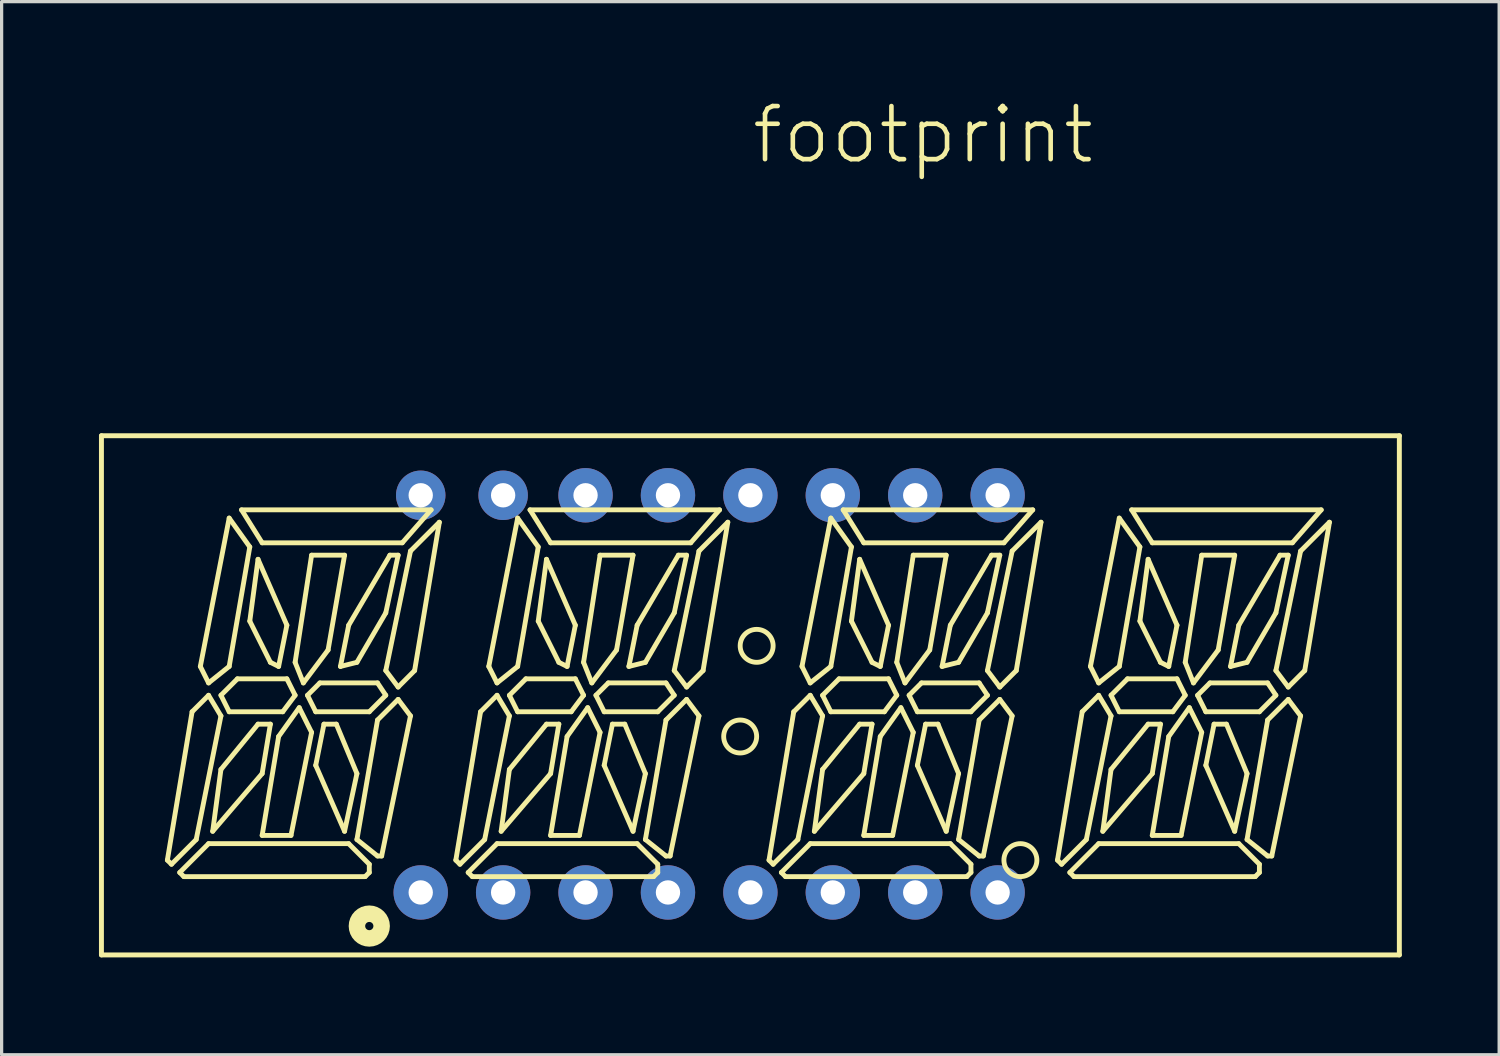
<source format=kicad_pcb>
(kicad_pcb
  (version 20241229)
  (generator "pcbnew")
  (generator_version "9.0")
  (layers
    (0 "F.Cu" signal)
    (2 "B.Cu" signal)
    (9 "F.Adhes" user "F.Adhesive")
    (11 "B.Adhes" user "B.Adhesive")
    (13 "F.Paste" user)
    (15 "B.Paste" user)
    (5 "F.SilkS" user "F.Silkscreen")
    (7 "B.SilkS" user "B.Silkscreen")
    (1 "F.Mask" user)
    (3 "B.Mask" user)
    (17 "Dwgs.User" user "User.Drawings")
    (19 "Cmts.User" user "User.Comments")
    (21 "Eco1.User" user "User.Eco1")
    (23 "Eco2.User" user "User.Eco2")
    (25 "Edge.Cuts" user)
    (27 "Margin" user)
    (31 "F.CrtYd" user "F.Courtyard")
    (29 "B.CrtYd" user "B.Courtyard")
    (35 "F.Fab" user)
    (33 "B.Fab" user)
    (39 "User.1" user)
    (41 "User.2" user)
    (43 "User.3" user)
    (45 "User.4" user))
  (footprint "footprint"
    (layer "F.Cu")
    (at 20.094 18.362)
    (property "Reference" "footprint" (at -0.05 -16.3 0) (layer "F.SilkS") (effects (font (size 1.636 1.636) (thickness 0.142)) (justify left bottom)))
    (fp_line (start -20.018 -7.983) (end 19.982 -7.983) (stroke (width 0.152) (type solid)) (layer "F.SilkS"))
    (fp_line (start -20.018 8.017) (end -20.018 -7.983) (stroke (width 0.152) (type solid)) (layer "F.SilkS"))
    (fp_line (start -20.018 8.017) (end 19.982 8.017) (stroke (width 0.152) (type solid)) (layer "F.SilkS"))
    (fp_line (start -17.986 5.096) (end -17.859 5.223) (stroke (width 0.15) (type solid)) (layer "F.SilkS"))
    (fp_line (start -17.859 5.223) (end -17.097 4.461) (stroke (width 0.15) (type solid)) (layer "F.SilkS"))
    (fp_line (start -17.605 5.477) (end -16.716 4.588) (stroke (width 0.15) (type solid)) (layer "F.SilkS"))
    (fp_line (start -17.478 5.604) (end -17.605 5.477) (stroke (width 0.15) (type solid)) (layer "F.SilkS"))
    (fp_line (start -17.224 0.524) (end -17.986 5.096) (stroke (width 0.15) (type solid)) (layer "F.SilkS"))
    (fp_line (start -17.224 0.524) (end -16.716 0.016) (stroke (width 0.15) (type solid)) (layer "F.SilkS"))
    (fp_line (start -17.097 4.461) (end -16.335 0.651) (stroke (width 0.15) (type solid)) (layer "F.SilkS"))
    (fp_line (start -16.97 -0.873) (end -16.716 -0.365) (stroke (width 0.15) (type solid)) (layer "F.SilkS"))
    (fp_line (start -16.716 -0.365) (end -16.081 -0.873) (stroke (width 0.15) (type solid)) (layer "F.SilkS"))
    (fp_line (start -16.716 0.016) (end -16.335 0.651) (stroke (width 0.15) (type solid)) (layer "F.SilkS"))
    (fp_line (start -16.716 4.588) (end -12.398 4.588) (stroke (width 0.15) (type solid)) (layer "F.SilkS"))
    (fp_line (start -16.589 4.207) (end -15.065 2.429) (stroke (width 0.15) (type solid)) (layer "F.SilkS"))
    (fp_line (start -16.335 0.016) (end -16.081 0.524) (stroke (width 0.15) (type solid)) (layer "F.SilkS"))
    (fp_line (start -16.335 0.016) (end -15.827 -0.492) (stroke (width 0.15) (type solid)) (layer "F.SilkS"))
    (fp_line (start -16.335 2.302) (end -16.589 4.207) (stroke (width 0.15) (type solid)) (layer "F.SilkS"))
    (fp_line (start -16.081 -5.445) (end -16.97 -0.873) (stroke (width 0.15) (type solid)) (layer "F.SilkS"))
    (fp_line (start -16.081 -0.873) (end -15.446 -4.556) (stroke (width 0.15) (type solid)) (layer "F.SilkS"))
    (fp_line (start -15.827 -0.492) (end -14.303 -0.492) (stroke (width 0.15) (type solid)) (layer "F.SilkS"))
    (fp_line (start -15.7 -5.699) (end -15.065 -4.683) (stroke (width 0.15) (type solid)) (layer "F.SilkS"))
    (fp_line (start -15.7 -5.699) (end -9.858 -5.699) (stroke (width 0.15) (type solid)) (layer "F.SilkS"))
    (fp_line (start -15.446 -4.556) (end -16.081 -5.445) (stroke (width 0.15) (type solid)) (layer "F.SilkS"))
    (fp_line (start -15.446 -2.27) (end -15.192 -4.175) (stroke (width 0.15) (type solid)) (layer "F.SilkS"))
    (fp_line (start -15.192 -4.175) (end -14.303 -2.143) (stroke (width 0.15) (type solid)) (layer "F.SilkS"))
    (fp_line (start -15.192 0.905) (end -16.335 2.302) (stroke (width 0.15) (type solid)) (layer "F.SilkS"))
    (fp_line (start -15.065 2.429) (end -14.811 0.905) (stroke (width 0.15) (type solid)) (layer "F.SilkS"))
    (fp_line (start -15.065 4.334) (end -14.557 1.286) (stroke (width 0.15) (type solid)) (layer "F.SilkS"))
    (fp_line (start -14.811 -1) (end -15.446 -2.27) (stroke (width 0.15) (type solid)) (layer "F.SilkS"))
    (fp_line (start -14.811 0.905) (end -15.192 0.905) (stroke (width 0.15) (type solid)) (layer "F.SilkS"))
    (fp_line (start -14.557 -0.873) (end -14.811 -1) (stroke (width 0.15) (type solid)) (layer "F.SilkS"))
    (fp_line (start -14.557 1.286) (end -13.922 0.397) (stroke (width 0.15) (type solid)) (layer "F.SilkS"))
    (fp_line (start -14.43 0.524) (end -16.081 0.524) (stroke (width 0.15) (type solid)) (layer "F.SilkS"))
    (fp_line (start -14.303 -2.143) (end -14.557 -0.873) (stroke (width 0.15) (type solid)) (layer "F.SilkS"))
    (fp_line (start -14.303 -0.492) (end -14.049 0.016) (stroke (width 0.15) (type solid)) (layer "F.SilkS"))
    (fp_line (start -14.176 4.334) (end -15.065 4.334) (stroke (width 0.15) (type solid)) (layer "F.SilkS"))
    (fp_line (start -14.049 -1) (end -13.541 -4.302) (stroke (width 0.15) (type solid)) (layer "F.SilkS"))
    (fp_line (start -14.049 0.016) (end -14.43 0.524) (stroke (width 0.15) (type solid)) (layer "F.SilkS"))
    (fp_line (start -13.922 0.397) (end -13.541 1.159) (stroke (width 0.15) (type solid)) (layer "F.SilkS"))
    (fp_line (start -13.795 -0.365) (end -14.049 -1) (stroke (width 0.15) (type solid)) (layer "F.SilkS"))
    (fp_line (start -13.668 0.016) (end -13.287 -0.365) (stroke (width 0.15) (type solid)) (layer "F.SilkS"))
    (fp_line (start -13.541 -4.302) (end -12.525 -4.302) (stroke (width 0.15) (type solid)) (layer "F.SilkS"))
    (fp_line (start -13.541 1.159) (end -14.176 4.334) (stroke (width 0.15) (type solid)) (layer "F.SilkS"))
    (fp_line (start -13.414 0.524) (end -13.668 0.016) (stroke (width 0.15) (type solid)) (layer "F.SilkS"))
    (fp_line (start -13.414 2.175) (end -12.525 4.207) (stroke (width 0.15) (type solid)) (layer "F.SilkS"))
    (fp_line (start -13.287 -0.365) (end -11.509 -0.365) (stroke (width 0.15) (type solid)) (layer "F.SilkS"))
    (fp_line (start -13.16 0.905) (end -13.414 2.175) (stroke (width 0.15) (type solid)) (layer "F.SilkS"))
    (fp_line (start -13.033 -1.381) (end -13.795 -0.365) (stroke (width 0.15) (type solid)) (layer "F.SilkS"))
    (fp_line (start -12.779 0.905) (end -13.16 0.905) (stroke (width 0.15) (type solid)) (layer "F.SilkS"))
    (fp_line (start -12.652 -0.873) (end -12.398 -2.143) (stroke (width 0.15) (type solid)) (layer "F.SilkS"))
    (fp_line (start -12.525 -4.302) (end -13.033 -1.381) (stroke (width 0.15) (type solid)) (layer "F.SilkS"))
    (fp_line (start -12.525 4.207) (end -12.144 2.429) (stroke (width 0.15) (type solid)) (layer "F.SilkS"))
    (fp_line (start -12.398 -2.143) (end -11.128 -4.302) (stroke (width 0.15) (type solid)) (layer "F.SilkS"))
    (fp_line (start -12.398 4.588) (end -11.763 5.223) (stroke (width 0.15) (type solid)) (layer "F.SilkS"))
    (fp_line (start -12.144 -1) (end -12.652 -0.873) (stroke (width 0.15) (type solid)) (layer "F.SilkS"))
    (fp_line (start -12.144 2.429) (end -12.779 0.905) (stroke (width 0.15) (type solid)) (layer "F.SilkS"))
    (fp_line (start -12.144 4.461) (end -11.509 0.778) (stroke (width 0.15) (type solid)) (layer "F.SilkS"))
    (fp_line (start -11.89 5.604) (end -17.478 5.604) (stroke (width 0.15) (type solid)) (layer "F.SilkS"))
    (fp_line (start -11.763 0.524) (end -13.414 0.524) (stroke (width 0.15) (type solid)) (layer "F.SilkS"))
    (fp_line (start -11.763 5.223) (end -11.763 5.477) (stroke (width 0.15) (type solid)) (layer "F.SilkS"))
    (fp_line (start -11.763 5.477) (end -11.89 5.604) (stroke (width 0.15) (type solid)) (layer "F.SilkS"))
    (fp_line (start -11.509 -0.365) (end -11.255 0.016) (stroke (width 0.15) (type solid)) (layer "F.SilkS"))
    (fp_line (start -11.509 0.778) (end -10.874 0.143) (stroke (width 0.15) (type solid)) (layer "F.SilkS"))
    (fp_line (start -11.509 4.969) (end -12.144 4.461) (stroke (width 0.15) (type solid)) (layer "F.SilkS"))
    (fp_line (start -11.382 4.969) (end -11.509 4.969) (stroke (width 0.15) (type solid)) (layer "F.SilkS"))
    (fp_line (start -11.255 -2.524) (end -12.144 -1) (stroke (width 0.15) (type solid)) (layer "F.SilkS"))
    (fp_line (start -11.255 -0.746) (end -10.493 -4.429) (stroke (width 0.15) (type solid)) (layer "F.SilkS"))
    (fp_line (start -11.255 0.016) (end -11.763 0.524) (stroke (width 0.15) (type solid)) (layer "F.SilkS"))
    (fp_line (start -11.128 -4.302) (end -10.874 -4.302) (stroke (width 0.15) (type solid)) (layer "F.SilkS"))
    (fp_line (start -10.874 -4.302) (end -11.255 -2.524) (stroke (width 0.15) (type solid)) (layer "F.SilkS"))
    (fp_line (start -10.874 -0.238) (end -11.255 -0.746) (stroke (width 0.15) (type solid)) (layer "F.SilkS"))
    (fp_line (start -10.874 0.143) (end -10.493 0.651) (stroke (width 0.15) (type solid)) (layer "F.SilkS"))
    (fp_line (start -10.747 -4.683) (end -15.065 -4.683) (stroke (width 0.15) (type solid)) (layer "F.SilkS"))
    (fp_line (start -10.747 -4.683) (end -9.858 -5.699) (stroke (width 0.15) (type solid)) (layer "F.SilkS"))
    (fp_line (start -10.493 -4.429) (end -9.604 -5.318) (stroke (width 0.15) (type solid)) (layer "F.SilkS"))
    (fp_line (start -10.493 0.651) (end -11.382 4.969) (stroke (width 0.15) (type solid)) (layer "F.SilkS"))
    (fp_line (start -10.366 -0.746) (end -10.874 -0.238) (stroke (width 0.15) (type solid)) (layer "F.SilkS"))
    (fp_line (start -9.604 -5.318) (end -10.366 -0.746) (stroke (width 0.15) (type solid)) (layer "F.SilkS"))
    (fp_line (start -9.096 5.096) (end -8.969 5.223) (stroke (width 0.15) (type solid)) (layer "F.SilkS"))
    (fp_line (start -8.969 5.223) (end -8.207 4.461) (stroke (width 0.15) (type solid)) (layer "F.SilkS"))
    (fp_line (start -8.715 5.477) (end -7.826 4.588) (stroke (width 0.15) (type solid)) (layer "F.SilkS"))
    (fp_line (start -8.588 5.604) (end -8.715 5.477) (stroke (width 0.15) (type solid)) (layer "F.SilkS"))
    (fp_line (start -8.334 0.524) (end -9.096 5.096) (stroke (width 0.15) (type solid)) (layer "F.SilkS"))
    (fp_line (start -8.334 0.524) (end -7.826 0.016) (stroke (width 0.15) (type solid)) (layer "F.SilkS"))
    (fp_line (start -8.207 4.461) (end -7.445 0.651) (stroke (width 0.15) (type solid)) (layer "F.SilkS"))
    (fp_line (start -8.08 -0.873) (end -7.826 -0.365) (stroke (width 0.15) (type solid)) (layer "F.SilkS"))
    (fp_line (start -7.826 -0.365) (end -7.191 -0.873) (stroke (width 0.15) (type solid)) (layer "F.SilkS"))
    (fp_line (start -7.826 0.016) (end -7.445 0.651) (stroke (width 0.15) (type solid)) (layer "F.SilkS"))
    (fp_line (start -7.826 4.588) (end -3.508 4.588) (stroke (width 0.15) (type solid)) (layer "F.SilkS"))
    (fp_line (start -7.699 4.207) (end -6.175 2.429) (stroke (width 0.15) (type solid)) (layer "F.SilkS"))
    (fp_line (start -7.445 0.016) (end -7.191 0.524) (stroke (width 0.15) (type solid)) (layer "F.SilkS"))
    (fp_line (start -7.445 0.016) (end -6.937 -0.492) (stroke (width 0.15) (type solid)) (layer "F.SilkS"))
    (fp_line (start -7.445 2.302) (end -7.699 4.207) (stroke (width 0.15) (type solid)) (layer "F.SilkS"))
    (fp_line (start -7.191 -5.445) (end -8.08 -0.873) (stroke (width 0.15) (type solid)) (layer "F.SilkS"))
    (fp_line (start -7.191 -0.873) (end -6.556 -4.556) (stroke (width 0.15) (type solid)) (layer "F.SilkS"))
    (fp_line (start -6.937 -0.492) (end -5.413 -0.492) (stroke (width 0.15) (type solid)) (layer "F.SilkS"))
    (fp_line (start -6.81 -5.699) (end -6.175 -4.683) (stroke (width 0.15) (type solid)) (layer "F.SilkS"))
    (fp_line (start -6.81 -5.699) (end -0.968 -5.699) (stroke (width 0.15) (type solid)) (layer "F.SilkS"))
    (fp_line (start -6.556 -4.556) (end -7.191 -5.445) (stroke (width 0.15) (type solid)) (layer "F.SilkS"))
    (fp_line (start -6.556 -2.27) (end -6.302 -4.175) (stroke (width 0.15) (type solid)) (layer "F.SilkS"))
    (fp_line (start -6.302 -4.175) (end -5.413 -2.143) (stroke (width 0.15) (type solid)) (layer "F.SilkS"))
    (fp_line (start -6.302 0.905) (end -7.445 2.302) (stroke (width 0.15) (type solid)) (layer "F.SilkS"))
    (fp_line (start -6.175 2.429) (end -5.921 0.905) (stroke (width 0.15) (type solid)) (layer "F.SilkS"))
    (fp_line (start -6.175 4.334) (end -5.667 1.286) (stroke (width 0.15) (type solid)) (layer "F.SilkS"))
    (fp_line (start -5.921 -1) (end -6.556 -2.27) (stroke (width 0.15) (type solid)) (layer "F.SilkS"))
    (fp_line (start -5.921 0.905) (end -6.302 0.905) (stroke (width 0.15) (type solid)) (layer "F.SilkS"))
    (fp_line (start -5.667 -0.873) (end -5.921 -1) (stroke (width 0.15) (type solid)) (layer "F.SilkS"))
    (fp_line (start -5.667 1.286) (end -5.032 0.397) (stroke (width 0.15) (type solid)) (layer "F.SilkS"))
    (fp_line (start -5.54 0.524) (end -7.191 0.524) (stroke (width 0.15) (type solid)) (layer "F.SilkS"))
    (fp_line (start -5.413 -2.143) (end -5.667 -0.873) (stroke (width 0.15) (type solid)) (layer "F.SilkS"))
    (fp_line (start -5.413 -0.492) (end -5.159 0.016) (stroke (width 0.15) (type solid)) (layer "F.SilkS"))
    (fp_line (start -5.286 4.334) (end -6.175 4.334) (stroke (width 0.15) (type solid)) (layer "F.SilkS"))
    (fp_line (start -5.159 -1) (end -4.651 -4.302) (stroke (width 0.15) (type solid)) (layer "F.SilkS"))
    (fp_line (start -5.159 0.016) (end -5.54 0.524) (stroke (width 0.15) (type solid)) (layer "F.SilkS"))
    (fp_line (start -5.032 0.397) (end -4.651 1.159) (stroke (width 0.15) (type solid)) (layer "F.SilkS"))
    (fp_line (start -4.905 -0.365) (end -5.159 -1) (stroke (width 0.15) (type solid)) (layer "F.SilkS"))
    (fp_line (start -4.778 0.016) (end -4.397 -0.365) (stroke (width 0.15) (type solid)) (layer "F.SilkS"))
    (fp_line (start -4.651 -4.302) (end -3.635 -4.302) (stroke (width 0.15) (type solid)) (layer "F.SilkS"))
    (fp_line (start -4.651 1.159) (end -5.286 4.334) (stroke (width 0.15) (type solid)) (layer "F.SilkS"))
    (fp_line (start -4.524 0.524) (end -4.778 0.016) (stroke (width 0.15) (type solid)) (layer "F.SilkS"))
    (fp_line (start -4.524 2.175) (end -3.635 4.207) (stroke (width 0.15) (type solid)) (layer "F.SilkS"))
    (fp_line (start -4.397 -0.365) (end -2.619 -0.365) (stroke (width 0.15) (type solid)) (layer "F.SilkS"))
    (fp_line (start -4.27 0.905) (end -4.524 2.175) (stroke (width 0.15) (type solid)) (layer "F.SilkS"))
    (fp_line (start -4.143 -1.381) (end -4.905 -0.365) (stroke (width 0.15) (type solid)) (layer "F.SilkS"))
    (fp_line (start -3.889 0.905) (end -4.27 0.905) (stroke (width 0.15) (type solid)) (layer "F.SilkS"))
    (fp_line (start -3.762 -0.873) (end -3.508 -2.143) (stroke (width 0.15) (type solid)) (layer "F.SilkS"))
    (fp_line (start -3.635 -4.302) (end -4.143 -1.381) (stroke (width 0.15) (type solid)) (layer "F.SilkS"))
    (fp_line (start -3.635 4.207) (end -3.254 2.429) (stroke (width 0.15) (type solid)) (layer "F.SilkS"))
    (fp_line (start -3.508 -2.143) (end -2.238 -4.302) (stroke (width 0.15) (type solid)) (layer "F.SilkS"))
    (fp_line (start -3.508 4.588) (end -2.873 5.223) (stroke (width 0.15) (type solid)) (layer "F.SilkS"))
    (fp_line (start -3.254 -1) (end -3.762 -0.873) (stroke (width 0.15) (type solid)) (layer "F.SilkS"))
    (fp_line (start -3.254 2.429) (end -3.889 0.905) (stroke (width 0.15) (type solid)) (layer "F.SilkS"))
    (fp_line (start -3.254 4.461) (end -2.619 0.778) (stroke (width 0.15) (type solid)) (layer "F.SilkS"))
    (fp_line (start -3 5.604) (end -8.588 5.604) (stroke (width 0.15) (type solid)) (layer "F.SilkS"))
    (fp_line (start -2.873 0.524) (end -4.524 0.524) (stroke (width 0.15) (type solid)) (layer "F.SilkS"))
    (fp_line (start -2.873 5.223) (end -2.873 5.477) (stroke (width 0.15) (type solid)) (layer "F.SilkS"))
    (fp_line (start -2.873 5.477) (end -3 5.604) (stroke (width 0.15) (type solid)) (layer "F.SilkS"))
    (fp_line (start -2.619 -0.365) (end -2.365 0.016) (stroke (width 0.15) (type solid)) (layer "F.SilkS"))
    (fp_line (start -2.619 0.778) (end -1.984 0.143) (stroke (width 0.15) (type solid)) (layer "F.SilkS"))
    (fp_line (start -2.619 4.969) (end -3.254 4.461) (stroke (width 0.15) (type solid)) (layer "F.SilkS"))
    (fp_line (start -2.492 4.969) (end -2.619 4.969) (stroke (width 0.15) (type solid)) (layer "F.SilkS"))
    (fp_line (start -2.365 -2.524) (end -3.254 -1) (stroke (width 0.15) (type solid)) (layer "F.SilkS"))
    (fp_line (start -2.365 -0.746) (end -1.603 -4.429) (stroke (width 0.15) (type solid)) (layer "F.SilkS"))
    (fp_line (start -2.365 0.016) (end -2.873 0.524) (stroke (width 0.15) (type solid)) (layer "F.SilkS"))
    (fp_line (start -2.238 -4.302) (end -1.984 -4.302) (stroke (width 0.15) (type solid)) (layer "F.SilkS"))
    (fp_line (start -1.984 -4.302) (end -2.365 -2.524) (stroke (width 0.15) (type solid)) (layer "F.SilkS"))
    (fp_line (start -1.984 -0.238) (end -2.365 -0.746) (stroke (width 0.15) (type solid)) (layer "F.SilkS"))
    (fp_line (start -1.984 0.143) (end -1.603 0.651) (stroke (width 0.15) (type solid)) (layer "F.SilkS"))
    (fp_line (start -1.857 -4.683) (end -6.175 -4.683) (stroke (width 0.15) (type solid)) (layer "F.SilkS"))
    (fp_line (start -1.857 -4.683) (end -0.968 -5.699) (stroke (width 0.15) (type solid)) (layer "F.SilkS"))
    (fp_line (start -1.603 -4.429) (end -0.714 -5.318) (stroke (width 0.15) (type solid)) (layer "F.SilkS"))
    (fp_line (start -1.603 0.651) (end -2.492 4.969) (stroke (width 0.15) (type solid)) (layer "F.SilkS"))
    (fp_line (start -1.476 -0.746) (end -1.984 -0.238) (stroke (width 0.15) (type solid)) (layer "F.SilkS"))
    (fp_line (start -0.714 -5.318) (end -1.476 -0.746) (stroke (width 0.15) (type solid)) (layer "F.SilkS"))
    (fp_line (start 0.556 5.096) (end 0.683 5.223) (stroke (width 0.15) (type solid)) (layer "F.SilkS"))
    (fp_line (start 0.683 5.223) (end 1.445 4.461) (stroke (width 0.15) (type solid)) (layer "F.SilkS"))
    (fp_line (start 0.937 5.477) (end 1.826 4.588) (stroke (width 0.15) (type solid)) (layer "F.SilkS"))
    (fp_line (start 1.064 5.604) (end 0.937 5.477) (stroke (width 0.15) (type solid)) (layer "F.SilkS"))
    (fp_line (start 1.318 0.524) (end 0.556 5.096) (stroke (width 0.15) (type solid)) (layer "F.SilkS"))
    (fp_line (start 1.318 0.524) (end 1.826 0.016) (stroke (width 0.15) (type solid)) (layer "F.SilkS"))
    (fp_line (start 1.445 4.461) (end 2.207 0.651) (stroke (width 0.15) (type solid)) (layer "F.SilkS"))
    (fp_line (start 1.572 -0.873) (end 1.826 -0.365) (stroke (width 0.15) (type solid)) (layer "F.SilkS"))
    (fp_line (start 1.826 -0.365) (end 2.461 -0.873) (stroke (width 0.15) (type solid)) (layer "F.SilkS"))
    (fp_line (start 1.826 0.016) (end 2.207 0.651) (stroke (width 0.15) (type solid)) (layer "F.SilkS"))
    (fp_line (start 1.826 4.588) (end 6.144 4.588) (stroke (width 0.15) (type solid)) (layer "F.SilkS"))
    (fp_line (start 1.953 4.207) (end 3.477 2.429) (stroke (width 0.15) (type solid)) (layer "F.SilkS"))
    (fp_line (start 2.207 0.016) (end 2.461 0.524) (stroke (width 0.15) (type solid)) (layer "F.SilkS"))
    (fp_line (start 2.207 0.016) (end 2.715 -0.492) (stroke (width 0.15) (type solid)) (layer "F.SilkS"))
    (fp_line (start 2.207 2.302) (end 1.953 4.207) (stroke (width 0.15) (type solid)) (layer "F.SilkS"))
    (fp_line (start 2.461 -5.445) (end 1.572 -0.873) (stroke (width 0.15) (type solid)) (layer "F.SilkS"))
    (fp_line (start 2.461 -0.873) (end 3.096 -4.556) (stroke (width 0.15) (type solid)) (layer "F.SilkS"))
    (fp_line (start 2.715 -0.492) (end 4.239 -0.492) (stroke (width 0.15) (type solid)) (layer "F.SilkS"))
    (fp_line (start 2.842 -5.699) (end 3.477 -4.683) (stroke (width 0.15) (type solid)) (layer "F.SilkS"))
    (fp_line (start 2.842 -5.699) (end 8.684 -5.699) (stroke (width 0.15) (type solid)) (layer "F.SilkS"))
    (fp_line (start 3.096 -4.556) (end 2.461 -5.445) (stroke (width 0.15) (type solid)) (layer "F.SilkS"))
    (fp_line (start 3.096 -2.27) (end 3.35 -4.175) (stroke (width 0.15) (type solid)) (layer "F.SilkS"))
    (fp_line (start 3.35 -4.175) (end 4.239 -2.143) (stroke (width 0.15) (type solid)) (layer "F.SilkS"))
    (fp_line (start 3.35 0.905) (end 2.207 2.302) (stroke (width 0.15) (type solid)) (layer "F.SilkS"))
    (fp_line (start 3.477 2.429) (end 3.731 0.905) (stroke (width 0.15) (type solid)) (layer "F.SilkS"))
    (fp_line (start 3.477 4.334) (end 3.985 1.286) (stroke (width 0.15) (type solid)) (layer "F.SilkS"))
    (fp_line (start 3.731 -1) (end 3.096 -2.27) (stroke (width 0.15) (type solid)) (layer "F.SilkS"))
    (fp_line (start 3.731 0.905) (end 3.35 0.905) (stroke (width 0.15) (type solid)) (layer "F.SilkS"))
    (fp_line (start 3.985 -0.873) (end 3.731 -1) (stroke (width 0.15) (type solid)) (layer "F.SilkS"))
    (fp_line (start 3.985 1.286) (end 4.62 0.397) (stroke (width 0.15) (type solid)) (layer "F.SilkS"))
    (fp_line (start 4.112 0.524) (end 2.461 0.524) (stroke (width 0.15) (type solid)) (layer "F.SilkS"))
    (fp_line (start 4.239 -2.143) (end 3.985 -0.873) (stroke (width 0.15) (type solid)) (layer "F.SilkS"))
    (fp_line (start 4.239 -0.492) (end 4.493 0.016) (stroke (width 0.15) (type solid)) (layer "F.SilkS"))
    (fp_line (start 4.366 4.334) (end 3.477 4.334) (stroke (width 0.15) (type solid)) (layer "F.SilkS"))
    (fp_line (start 4.493 -1) (end 5.001 -4.302) (stroke (width 0.15) (type solid)) (layer "F.SilkS"))
    (fp_line (start 4.493 0.016) (end 4.112 0.524) (stroke (width 0.15) (type solid)) (layer "F.SilkS"))
    (fp_line (start 4.62 0.397) (end 5.001 1.159) (stroke (width 0.15) (type solid)) (layer "F.SilkS"))
    (fp_line (start 4.747 -0.365) (end 4.493 -1) (stroke (width 0.15) (type solid)) (layer "F.SilkS"))
    (fp_line (start 4.874 0.016) (end 5.255 -0.365) (stroke (width 0.15) (type solid)) (layer "F.SilkS"))
    (fp_line (start 5.001 -4.302) (end 6.017 -4.302) (stroke (width 0.15) (type solid)) (layer "F.SilkS"))
    (fp_line (start 5.001 1.159) (end 4.366 4.334) (stroke (width 0.15) (type solid)) (layer "F.SilkS"))
    (fp_line (start 5.128 0.524) (end 4.874 0.016) (stroke (width 0.15) (type solid)) (layer "F.SilkS"))
    (fp_line (start 5.128 2.175) (end 6.017 4.207) (stroke (width 0.15) (type solid)) (layer "F.SilkS"))
    (fp_line (start 5.255 -0.365) (end 7.033 -0.365) (stroke (width 0.15) (type solid)) (layer "F.SilkS"))
    (fp_line (start 5.382 0.905) (end 5.128 2.175) (stroke (width 0.15) (type solid)) (layer "F.SilkS"))
    (fp_line (start 5.509 -1.381) (end 4.747 -0.365) (stroke (width 0.15) (type solid)) (layer "F.SilkS"))
    (fp_line (start 5.763 0.905) (end 5.382 0.905) (stroke (width 0.15) (type solid)) (layer "F.SilkS"))
    (fp_line (start 5.89 -0.873) (end 6.144 -2.143) (stroke (width 0.15) (type solid)) (layer "F.SilkS"))
    (fp_line (start 6.017 -4.302) (end 5.509 -1.381) (stroke (width 0.15) (type solid)) (layer "F.SilkS"))
    (fp_line (start 6.017 4.207) (end 6.398 2.429) (stroke (width 0.15) (type solid)) (layer "F.SilkS"))
    (fp_line (start 6.144 -2.143) (end 7.414 -4.302) (stroke (width 0.15) (type solid)) (layer "F.SilkS"))
    (fp_line (start 6.144 4.588) (end 6.779 5.223) (stroke (width 0.15) (type solid)) (layer "F.SilkS"))
    (fp_line (start 6.398 -1) (end 5.89 -0.873) (stroke (width 0.15) (type solid)) (layer "F.SilkS"))
    (fp_line (start 6.398 2.429) (end 5.763 0.905) (stroke (width 0.15) (type solid)) (layer "F.SilkS"))
    (fp_line (start 6.398 4.461) (end 7.033 0.778) (stroke (width 0.15) (type solid)) (layer "F.SilkS"))
    (fp_line (start 6.652 5.604) (end 1.064 5.604) (stroke (width 0.15) (type solid)) (layer "F.SilkS"))
    (fp_line (start 6.779 0.524) (end 5.128 0.524) (stroke (width 0.15) (type solid)) (layer "F.SilkS"))
    (fp_line (start 6.779 5.223) (end 6.779 5.477) (stroke (width 0.15) (type solid)) (layer "F.SilkS"))
    (fp_line (start 6.779 5.477) (end 6.652 5.604) (stroke (width 0.15) (type solid)) (layer "F.SilkS"))
    (fp_line (start 7.033 -0.365) (end 7.287 0.016) (stroke (width 0.15) (type solid)) (layer "F.SilkS"))
    (fp_line (start 7.033 0.778) (end 7.668 0.143) (stroke (width 0.15) (type solid)) (layer "F.SilkS"))
    (fp_line (start 7.033 4.969) (end 6.398 4.461) (stroke (width 0.15) (type solid)) (layer "F.SilkS"))
    (fp_line (start 7.16 4.969) (end 7.033 4.969) (stroke (width 0.15) (type solid)) (layer "F.SilkS"))
    (fp_line (start 7.287 -2.524) (end 6.398 -1) (stroke (width 0.15) (type solid)) (layer "F.SilkS"))
    (fp_line (start 7.287 -0.746) (end 8.049 -4.429) (stroke (width 0.15) (type solid)) (layer "F.SilkS"))
    (fp_line (start 7.287 0.016) (end 6.779 0.524) (stroke (width 0.15) (type solid)) (layer "F.SilkS"))
    (fp_line (start 7.414 -4.302) (end 7.668 -4.302) (stroke (width 0.15) (type solid)) (layer "F.SilkS"))
    (fp_line (start 7.668 -4.302) (end 7.287 -2.524) (stroke (width 0.15) (type solid)) (layer "F.SilkS"))
    (fp_line (start 7.668 -0.238) (end 7.287 -0.746) (stroke (width 0.15) (type solid)) (layer "F.SilkS"))
    (fp_line (start 7.668 0.143) (end 8.049 0.651) (stroke (width 0.15) (type solid)) (layer "F.SilkS"))
    (fp_line (start 7.795 -4.683) (end 3.477 -4.683) (stroke (width 0.15) (type solid)) (layer "F.SilkS"))
    (fp_line (start 7.795 -4.683) (end 8.684 -5.699) (stroke (width 0.15) (type solid)) (layer "F.SilkS"))
    (fp_line (start 8.049 -4.429) (end 8.938 -5.318) (stroke (width 0.15) (type solid)) (layer "F.SilkS"))
    (fp_line (start 8.049 0.651) (end 7.16 4.969) (stroke (width 0.15) (type solid)) (layer "F.SilkS"))
    (fp_line (start 8.176 -0.746) (end 7.668 -0.238) (stroke (width 0.15) (type solid)) (layer "F.SilkS"))
    (fp_line (start 8.938 -5.318) (end 8.176 -0.746) (stroke (width 0.15) (type solid)) (layer "F.SilkS"))
    (fp_line (start 9.446 5.096) (end 9.573 5.223) (stroke (width 0.15) (type solid)) (layer "F.SilkS"))
    (fp_line (start 9.573 5.223) (end 10.335 4.461) (stroke (width 0.15) (type solid)) (layer "F.SilkS"))
    (fp_line (start 9.827 5.477) (end 10.716 4.588) (stroke (width 0.15) (type solid)) (layer "F.SilkS"))
    (fp_line (start 9.954 5.604) (end 9.827 5.477) (stroke (width 0.15) (type solid)) (layer "F.SilkS"))
    (fp_line (start 10.208 0.524) (end 9.446 5.096) (stroke (width 0.15) (type solid)) (layer "F.SilkS"))
    (fp_line (start 10.208 0.524) (end 10.716 0.016) (stroke (width 0.15) (type solid)) (layer "F.SilkS"))
    (fp_line (start 10.335 4.461) (end 11.097 0.651) (stroke (width 0.15) (type solid)) (layer "F.SilkS"))
    (fp_line (start 10.462 -0.873) (end 10.716 -0.365) (stroke (width 0.15) (type solid)) (layer "F.SilkS"))
    (fp_line (start 10.716 -0.365) (end 11.351 -0.873) (stroke (width 0.15) (type solid)) (layer "F.SilkS"))
    (fp_line (start 10.716 0.016) (end 11.097 0.651) (stroke (width 0.15) (type solid)) (layer "F.SilkS"))
    (fp_line (start 10.716 4.588) (end 15.034 4.588) (stroke (width 0.15) (type solid)) (layer "F.SilkS"))
    (fp_line (start 10.843 4.207) (end 12.367 2.429) (stroke (width 0.15) (type solid)) (layer "F.SilkS"))
    (fp_line (start 11.097 0.016) (end 11.351 0.524) (stroke (width 0.15) (type solid)) (layer "F.SilkS"))
    (fp_line (start 11.097 0.016) (end 11.605 -0.492) (stroke (width 0.15) (type solid)) (layer "F.SilkS"))
    (fp_line (start 11.097 2.302) (end 10.843 4.207) (stroke (width 0.15) (type solid)) (layer "F.SilkS"))
    (fp_line (start 11.351 -5.445) (end 10.462 -0.873) (stroke (width 0.15) (type solid)) (layer "F.SilkS"))
    (fp_line (start 11.351 -0.873) (end 11.986 -4.556) (stroke (width 0.15) (type solid)) (layer "F.SilkS"))
    (fp_line (start 11.605 -0.492) (end 13.129 -0.492) (stroke (width 0.15) (type solid)) (layer "F.SilkS"))
    (fp_line (start 11.732 -5.699) (end 12.367 -4.683) (stroke (width 0.15) (type solid)) (layer "F.SilkS"))
    (fp_line (start 11.732 -5.699) (end 17.574 -5.699) (stroke (width 0.15) (type solid)) (layer "F.SilkS"))
    (fp_line (start 11.986 -4.556) (end 11.351 -5.445) (stroke (width 0.15) (type solid)) (layer "F.SilkS"))
    (fp_line (start 11.986 -2.27) (end 12.24 -4.175) (stroke (width 0.15) (type solid)) (layer "F.SilkS"))
    (fp_line (start 12.24 -4.175) (end 13.129 -2.143) (stroke (width 0.15) (type solid)) (layer "F.SilkS"))
    (fp_line (start 12.24 0.905) (end 11.097 2.302) (stroke (width 0.15) (type solid)) (layer "F.SilkS"))
    (fp_line (start 12.367 2.429) (end 12.621 0.905) (stroke (width 0.15) (type solid)) (layer "F.SilkS"))
    (fp_line (start 12.367 4.334) (end 12.875 1.286) (stroke (width 0.15) (type solid)) (layer "F.SilkS"))
    (fp_line (start 12.621 -1) (end 11.986 -2.27) (stroke (width 0.15) (type solid)) (layer "F.SilkS"))
    (fp_line (start 12.621 0.905) (end 12.24 0.905) (stroke (width 0.15) (type solid)) (layer "F.SilkS"))
    (fp_line (start 12.875 -0.873) (end 12.621 -1) (stroke (width 0.15) (type solid)) (layer "F.SilkS"))
    (fp_line (start 12.875 1.286) (end 13.51 0.397) (stroke (width 0.15) (type solid)) (layer "F.SilkS"))
    (fp_line (start 13.002 0.524) (end 11.351 0.524) (stroke (width 0.15) (type solid)) (layer "F.SilkS"))
    (fp_line (start 13.129 -2.143) (end 12.875 -0.873) (stroke (width 0.15) (type solid)) (layer "F.SilkS"))
    (fp_line (start 13.129 -0.492) (end 13.383 0.016) (stroke (width 0.15) (type solid)) (layer "F.SilkS"))
    (fp_line (start 13.256 4.334) (end 12.367 4.334) (stroke (width 0.15) (type solid)) (layer "F.SilkS"))
    (fp_line (start 13.383 -1) (end 13.891 -4.302) (stroke (width 0.15) (type solid)) (layer "F.SilkS"))
    (fp_line (start 13.383 0.016) (end 13.002 0.524) (stroke (width 0.15) (type solid)) (layer "F.SilkS"))
    (fp_line (start 13.51 0.397) (end 13.891 1.159) (stroke (width 0.15) (type solid)) (layer "F.SilkS"))
    (fp_line (start 13.637 -0.365) (end 13.383 -1) (stroke (width 0.15) (type solid)) (layer "F.SilkS"))
    (fp_line (start 13.764 0.016) (end 14.145 -0.365) (stroke (width 0.15) (type solid)) (layer "F.SilkS"))
    (fp_line (start 13.891 -4.302) (end 14.907 -4.302) (stroke (width 0.15) (type solid)) (layer "F.SilkS"))
    (fp_line (start 13.891 1.159) (end 13.256 4.334) (stroke (width 0.15) (type solid)) (layer "F.SilkS"))
    (fp_line (start 14.018 0.524) (end 13.764 0.016) (stroke (width 0.15) (type solid)) (layer "F.SilkS"))
    (fp_line (start 14.018 2.175) (end 14.907 4.207) (stroke (width 0.15) (type solid)) (layer "F.SilkS"))
    (fp_line (start 14.145 -0.365) (end 15.923 -0.365) (stroke (width 0.15) (type solid)) (layer "F.SilkS"))
    (fp_line (start 14.272 0.905) (end 14.018 2.175) (stroke (width 0.15) (type solid)) (layer "F.SilkS"))
    (fp_line (start 14.399 -1.381) (end 13.637 -0.365) (stroke (width 0.15) (type solid)) (layer "F.SilkS"))
    (fp_line (start 14.653 0.905) (end 14.272 0.905) (stroke (width 0.15) (type solid)) (layer "F.SilkS"))
    (fp_line (start 14.78 -0.873) (end 15.034 -2.143) (stroke (width 0.15) (type solid)) (layer "F.SilkS"))
    (fp_line (start 14.907 -4.302) (end 14.399 -1.381) (stroke (width 0.15) (type solid)) (layer "F.SilkS"))
    (fp_line (start 14.907 4.207) (end 15.288 2.429) (stroke (width 0.15) (type solid)) (layer "F.SilkS"))
    (fp_line (start 15.034 -2.143) (end 16.304 -4.302) (stroke (width 0.15) (type solid)) (layer "F.SilkS"))
    (fp_line (start 15.034 4.588) (end 15.669 5.223) (stroke (width 0.15) (type solid)) (layer "F.SilkS"))
    (fp_line (start 15.288 -1) (end 14.78 -0.873) (stroke (width 0.15) (type solid)) (layer "F.SilkS"))
    (fp_line (start 15.288 2.429) (end 14.653 0.905) (stroke (width 0.15) (type solid)) (layer "F.SilkS"))
    (fp_line (start 15.288 4.461) (end 15.923 0.778) (stroke (width 0.15) (type solid)) (layer "F.SilkS"))
    (fp_line (start 15.542 5.604) (end 9.954 5.604) (stroke (width 0.15) (type solid)) (layer "F.SilkS"))
    (fp_line (start 15.669 0.524) (end 14.018 0.524) (stroke (width 0.15) (type solid)) (layer "F.SilkS"))
    (fp_line (start 15.669 5.223) (end 15.669 5.477) (stroke (width 0.15) (type solid)) (layer "F.SilkS"))
    (fp_line (start 15.669 5.477) (end 15.542 5.604) (stroke (width 0.15) (type solid)) (layer "F.SilkS"))
    (fp_line (start 15.923 -0.365) (end 16.177 0.016) (stroke (width 0.15) (type solid)) (layer "F.SilkS"))
    (fp_line (start 15.923 0.778) (end 16.558 0.143) (stroke (width 0.15) (type solid)) (layer "F.SilkS"))
    (fp_line (start 15.923 4.969) (end 15.288 4.461) (stroke (width 0.15) (type solid)) (layer "F.SilkS"))
    (fp_line (start 16.05 4.969) (end 15.923 4.969) (stroke (width 0.15) (type solid)) (layer "F.SilkS"))
    (fp_line (start 16.177 -2.524) (end 15.288 -1) (stroke (width 0.15) (type solid)) (layer "F.SilkS"))
    (fp_line (start 16.177 -0.746) (end 16.939 -4.429) (stroke (width 0.15) (type solid)) (layer "F.SilkS"))
    (fp_line (start 16.177 0.016) (end 15.669 0.524) (stroke (width 0.15) (type solid)) (layer "F.SilkS"))
    (fp_line (start 16.304 -4.302) (end 16.558 -4.302) (stroke (width 0.15) (type solid)) (layer "F.SilkS"))
    (fp_line (start 16.558 -4.302) (end 16.177 -2.524) (stroke (width 0.15) (type solid)) (layer "F.SilkS"))
    (fp_line (start 16.558 -0.238) (end 16.177 -0.746) (stroke (width 0.15) (type solid)) (layer "F.SilkS"))
    (fp_line (start 16.558 0.143) (end 16.939 0.651) (stroke (width 0.15) (type solid)) (layer "F.SilkS"))
    (fp_line (start 16.685 -4.683) (end 12.367 -4.683) (stroke (width 0.15) (type solid)) (layer "F.SilkS"))
    (fp_line (start 16.685 -4.683) (end 17.574 -5.699) (stroke (width 0.15) (type solid)) (layer "F.SilkS"))
    (fp_line (start 16.939 -4.429) (end 17.828 -5.318) (stroke (width 0.15) (type solid)) (layer "F.SilkS"))
    (fp_line (start 16.939 0.651) (end 16.05 4.969) (stroke (width 0.15) (type solid)) (layer "F.SilkS"))
    (fp_line (start 17.066 -0.746) (end 16.558 -0.238) (stroke (width 0.15) (type solid)) (layer "F.SilkS"))
    (fp_line (start 17.828 -5.318) (end 17.066 -0.746) (stroke (width 0.15) (type solid)) (layer "F.SilkS"))
    (fp_line (start 19.982 8.017) (end 19.982 -7.983) (stroke (width 0.152) (type solid)) (layer "F.SilkS"))
    (fp_circle (center -11.763 7.128) (end -11.636 7.128) (stroke (width 0.508) (type solid)) (fill no) (layer "F.SilkS"))
    (fp_circle (center -0.333 1.286) (end 0.175 1.286) (stroke (width 0.15) (type solid)) (fill no) (layer "F.SilkS"))
    (fp_circle (center 0.175 -1.508) (end 0.683 -1.508) (stroke (width 0.15) (type solid)) (fill no) (layer "F.SilkS"))
    (fp_circle (center 8.303 5.096) (end 8.811 5.096) (stroke (width 0.15) (type solid)) (fill no) (layer "F.SilkS"))
    (pad "1" thru_hole circle (at -10.178 6.092) (size 1.676 1.676) (drill 0.75) (layers "*.Cu" "*.Mask"))
    (pad "2" thru_hole circle (at -7.638 6.092) (size 1.676 1.676) (drill 0.75) (layers "*.Cu" "*.Mask"))
    (pad "3" thru_hole circle (at -5.098 6.092) (size 1.676 1.676) (drill 0.75) (layers "*.Cu" "*.Mask"))
    (pad "4" thru_hole circle (at -2.558 6.092) (size 1.676 1.676) (drill 0.75) (layers "*.Cu" "*.Mask"))
    (pad "5" thru_hole circle (at -0.018 6.092) (size 1.676 1.676) (drill 0.75) (layers "*.Cu" "*.Mask"))
    (pad "6" thru_hole circle (at 2.522 6.092) (size 1.676 1.676) (drill 0.75) (layers "*.Cu" "*.Mask"))
    (pad "7" thru_hole circle (at 5.062 6.092) (size 1.676 1.676) (drill 0.75) (layers "*.Cu" "*.Mask"))
    (pad "8" thru_hole circle (at 7.602 6.092) (size 1.676 1.676) (drill 0.75) (layers "*.Cu" "*.Mask"))
    (pad "9" thru_hole circle (at 7.602 -6.148 180) (size 1.676 1.676) (drill 0.75) (layers "*.Cu" "*.Mask"))
    (pad "10" thru_hole circle (at 5.062 -6.148 180) (size 1.676 1.676) (drill 0.75) (layers "*.Cu" "*.Mask"))
    (pad "11" thru_hole circle (at 2.522 -6.148 180) (size 1.676 1.676) (drill 0.75) (layers "*.Cu" "*.Mask"))
    (pad "12" thru_hole circle (at -0.018 -6.148 180) (size 1.676 1.676) (drill 0.75) (layers "*.Cu" "*.Mask"))
    (pad "13" thru_hole circle (at -2.558 -6.148 180) (size 1.676 1.676) (drill 0.75) (layers "*.Cu" "*.Mask"))
    (pad "14" thru_hole circle (at -5.098 -6.148 180) (size 1.676 1.676) (drill 0.75) (layers "*.Cu" "*.Mask"))
    (pad "15" thru_hole circle (at -7.638 -6.148 180) (size 1.524 1.524) (drill 0.75) (layers "*.Cu" "*.Mask"))
    (pad "16" thru_hole circle (at -10.178 -6.148 180) (size 1.524 1.524) (drill 0.75) (layers "*.Cu" "*.Mask")))
  (gr_rect
    (start -3 -3)
    (end 43.152 29.456)
    (stroke (width 0.1) (type default))
    (fill no)
    (layer "Edge.Cuts")))
</source>
